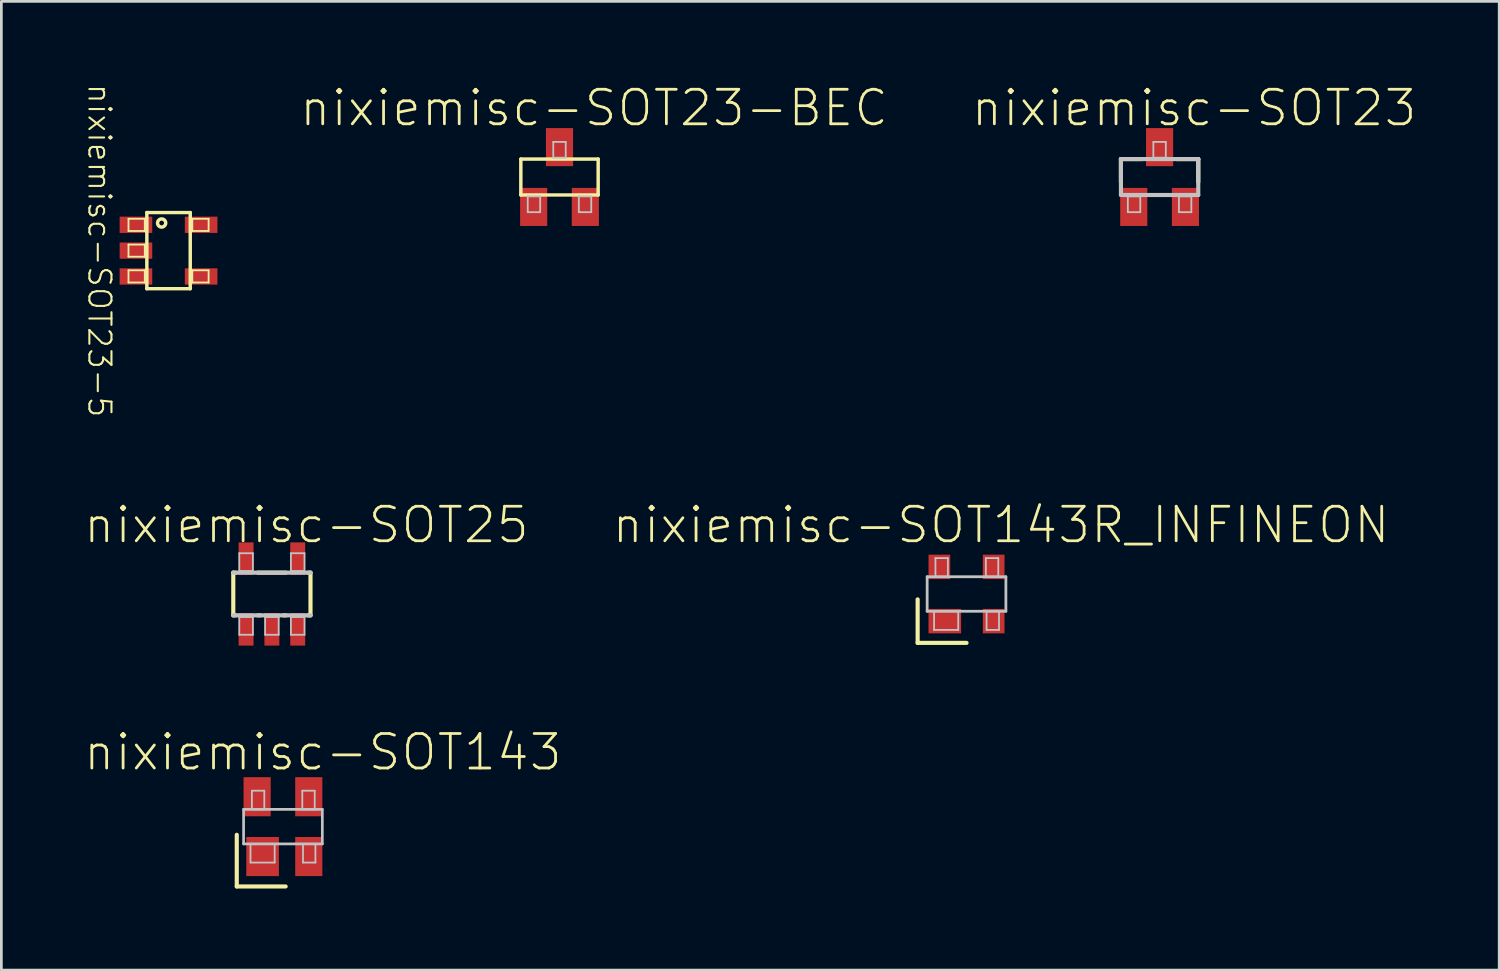
<source format=kicad_pcb>
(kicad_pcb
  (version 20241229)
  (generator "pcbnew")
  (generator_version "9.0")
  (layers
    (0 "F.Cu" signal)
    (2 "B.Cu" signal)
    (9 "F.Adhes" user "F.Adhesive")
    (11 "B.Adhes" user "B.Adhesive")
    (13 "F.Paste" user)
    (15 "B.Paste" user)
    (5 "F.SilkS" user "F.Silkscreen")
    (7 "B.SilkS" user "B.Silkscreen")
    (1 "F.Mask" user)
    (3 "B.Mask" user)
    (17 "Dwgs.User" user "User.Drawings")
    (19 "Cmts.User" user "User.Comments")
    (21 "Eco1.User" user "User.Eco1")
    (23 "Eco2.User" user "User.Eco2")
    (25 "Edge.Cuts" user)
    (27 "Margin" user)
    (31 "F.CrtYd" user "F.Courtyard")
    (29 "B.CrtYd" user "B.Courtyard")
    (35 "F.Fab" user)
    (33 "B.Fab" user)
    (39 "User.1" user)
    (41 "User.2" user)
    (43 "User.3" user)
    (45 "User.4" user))
  (footprint "nixiemisc-SOT23-5"
    (layer "F.Cu")
    (at 3.149 6.168)
    (property "Reference" "nixiemisc-SOT23-5" (at -2.54 0 270) (unlocked yes) (layer "F.SilkS") (effects (font (size 0.813 0.813) (thickness 0.076))))
    (attr smd)
    (fp_line (start -1.473 -1.173) (end -0.874 -1.173) (stroke (width 0.066) (type solid)) (layer "F.SilkS"))
    (fp_line (start -1.473 -0.724) (end -1.473 -1.173) (stroke (width 0.066) (type solid)) (layer "F.SilkS"))
    (fp_line (start -1.473 -0.724) (end -0.874 -0.724) (stroke (width 0.066) (type solid)) (layer "F.SilkS"))
    (fp_line (start -1.473 -0.224) (end -0.874 -0.224) (stroke (width 0.066) (type solid)) (layer "F.SilkS"))
    (fp_line (start -1.473 0.224) (end -1.473 -0.224) (stroke (width 0.066) (type solid)) (layer "F.SilkS"))
    (fp_line (start -1.473 0.224) (end -0.874 0.224) (stroke (width 0.066) (type solid)) (layer "F.SilkS"))
    (fp_line (start -1.473 0.724) (end -0.874 0.724) (stroke (width 0.066) (type solid)) (layer "F.SilkS"))
    (fp_line (start -1.473 1.173) (end -1.473 0.724) (stroke (width 0.066) (type solid)) (layer "F.SilkS"))
    (fp_line (start -1.473 1.173) (end -0.874 1.173) (stroke (width 0.066) (type solid)) (layer "F.SilkS"))
    (fp_line (start -0.874 -0.724) (end -0.874 -1.173) (stroke (width 0.066) (type solid)) (layer "F.SilkS"))
    (fp_line (start -0.874 0.224) (end -0.874 -0.224) (stroke (width 0.066) (type solid)) (layer "F.SilkS"))
    (fp_line (start -0.874 1.173) (end -0.874 0.724) (stroke (width 0.066) (type solid)) (layer "F.SilkS"))
    (fp_line (start -0.798 -1.4) (end 0.798 -1.4) (stroke (width 0.127) (type solid)) (layer "F.SilkS"))
    (fp_line (start -0.798 1.4) (end -0.798 -1.4) (stroke (width 0.127) (type solid)) (layer "F.SilkS"))
    (fp_line (start 0.798 -1.4) (end 0.798 1.4) (stroke (width 0.127) (type solid)) (layer "F.SilkS"))
    (fp_line (start 0.798 1.4) (end -0.798 1.4) (stroke (width 0.127) (type solid)) (layer "F.SilkS"))
    (fp_line (start 0.874 -1.173) (end 0.874 -0.724) (stroke (width 0.066) (type solid)) (layer "F.SilkS"))
    (fp_line (start 0.874 0.724) (end 0.874 1.173) (stroke (width 0.066) (type solid)) (layer "F.SilkS"))
    (fp_line (start 1.473 -1.173) (end 0.874 -1.173) (stroke (width 0.066) (type solid)) (layer "F.SilkS"))
    (fp_line (start 1.473 -1.173) (end 1.473 -0.724) (stroke (width 0.066) (type solid)) (layer "F.SilkS"))
    (fp_line (start 1.473 -0.724) (end 0.874 -0.724) (stroke (width 0.066) (type solid)) (layer "F.SilkS"))
    (fp_line (start 1.473 0.724) (end 0.874 0.724) (stroke (width 0.066) (type solid)) (layer "F.SilkS"))
    (fp_line (start 1.473 0.724) (end 1.473 1.173) (stroke (width 0.066) (type solid)) (layer "F.SilkS"))
    (fp_line (start 1.473 1.173) (end 0.874 1.173) (stroke (width 0.066) (type solid)) (layer "F.SilkS"))
    (fp_circle (center -0.254 -1.016) (end -0.254 -1.166) (stroke (width 0.127) (type solid)) (fill no) (layer "F.SilkS"))
    (pad "1" smd rect (at -1.199 -0.95) (size 1.199 0.599) (layers "F.Cu" "F.Mask" "F.Paste"))
    (pad "2" smd rect (at -1.199 0) (size 1.199 0.599) (layers "F.Cu" "F.Mask" "F.Paste"))
    (pad "3" smd rect (at -1.199 0.95) (size 1.199 0.599) (layers "F.Cu" "F.Mask" "F.Paste"))
    (pad "4" smd rect (at 1.199 0.95) (size 1.199 0.599) (layers "F.Cu" "F.Mask" "F.Paste"))
    (pad "5" smd rect (at 1.199 -0.95) (size 1.199 0.599) (layers "F.Cu" "F.Mask" "F.Paste")))
  (footprint "nixiemisc-SOT143"
    (layer "F.Cu")
    (at 7.357 27.353)
    (property "Reference" "nixiemisc-SOT143" (at 1.468 -2.738 0) (unlocked yes) (layer "F.SilkS") (effects (font (size 1.27 1.27) (thickness 0.102))))
    (attr smd)
    (fp_line (start -1.699 0.3) (end -1.699 2.2) (stroke (width 0.152) (type solid)) (layer "F.SilkS"))
    (fp_line (start -1.699 2.2) (end 0.099 2.2) (stroke (width 0.152) (type solid)) (layer "F.SilkS"))
    (fp_line (start -1.448 -0.635) (end 1.448 -0.635) (stroke (width 0.099) (type solid)) (layer "Dwgs.User"))
    (fp_line (start -1.448 0.635) (end -1.448 -0.635) (stroke (width 0.099) (type solid)) (layer "Dwgs.User"))
    (fp_line (start -1.448 0.635) (end 1.448 0.635) (stroke (width 0.099) (type solid)) (layer "Dwgs.User"))
    (fp_line (start -1.194 0.635) (end -0.305 0.635) (stroke (width 0.066) (type solid)) (layer "Dwgs.User"))
    (fp_line (start -1.194 1.321) (end -1.194 0.635) (stroke (width 0.066) (type solid)) (layer "Dwgs.User"))
    (fp_line (start -1.194 1.321) (end -0.305 1.321) (stroke (width 0.066) (type solid)) (layer "Dwgs.User"))
    (fp_line (start -1.143 -1.321) (end -0.686 -1.321) (stroke (width 0.066) (type solid)) (layer "Dwgs.User"))
    (fp_line (start -1.143 -0.635) (end -1.143 -1.321) (stroke (width 0.066) (type solid)) (layer "Dwgs.User"))
    (fp_line (start -1.143 -0.635) (end -0.686 -0.635) (stroke (width 0.066) (type solid)) (layer "Dwgs.User"))
    (fp_line (start -0.686 -0.635) (end -0.686 -1.321) (stroke (width 0.066) (type solid)) (layer "Dwgs.User"))
    (fp_line (start -0.305 1.321) (end -0.305 0.635) (stroke (width 0.066) (type solid)) (layer "Dwgs.User"))
    (fp_line (start 0.711 -1.321) (end 1.168 -1.321) (stroke (width 0.066) (type solid)) (layer "Dwgs.User"))
    (fp_line (start 0.711 -0.635) (end 0.711 -1.321) (stroke (width 0.066) (type solid)) (layer "Dwgs.User"))
    (fp_line (start 0.711 -0.635) (end 1.168 -0.635) (stroke (width 0.066) (type solid)) (layer "Dwgs.User"))
    (fp_line (start 0.737 0.635) (end 1.194 0.635) (stroke (width 0.066) (type solid)) (layer "Dwgs.User"))
    (fp_line (start 0.737 1.321) (end 0.737 0.635) (stroke (width 0.066) (type solid)) (layer "Dwgs.User"))
    (fp_line (start 0.737 1.321) (end 1.194 1.321) (stroke (width 0.066) (type solid)) (layer "Dwgs.User"))
    (fp_line (start 1.168 -0.635) (end 1.168 -1.321) (stroke (width 0.066) (type solid)) (layer "Dwgs.User"))
    (fp_line (start 1.194 1.321) (end 1.194 0.635) (stroke (width 0.066) (type solid)) (layer "Dwgs.User"))
    (fp_line (start 1.448 0.635) (end 1.448 -0.635) (stroke (width 0.099) (type solid)) (layer "Dwgs.User"))
    (pad "1" smd rect (at -0.749 1.1) (size 1.199 1.438) (layers "F.Cu" "F.Mask" "F.Paste"))
    (pad "2" smd rect (at 0.95 1.1) (size 0.998 1.438) (layers "F.Cu" "F.Mask" "F.Paste"))
    (pad "3" smd rect (at 0.95 -1.1) (size 0.998 1.438) (layers "F.Cu" "F.Mask" "F.Paste"))
    (pad "4" smd rect (at -0.95 -1.1) (size 0.998 1.438) (layers "F.Cu" "F.Mask" "F.Paste")))
  (footprint "nixiemisc-SOT23"
    (layer "F.Cu")
    (at 39.599 3.461)
    (property "Reference" "nixiemisc-SOT23" (at 1.27 -2.54 0) (unlocked yes) (layer "F.SilkS") (effects (font (size 1.27 1.27) (thickness 0.102))))
    (attr smd)
    (fp_line (start -1.422 -0.66) (end -0.655 -0.66) (stroke (width 0.152) (type solid)) (layer "F.SilkS"))
    (fp_line (start -1.422 0.183) (end -1.422 -0.66) (stroke (width 0.152) (type solid)) (layer "F.SilkS"))
    (fp_line (start 0.632 -0.66) (end 1.422 -0.66) (stroke (width 0.152) (type solid)) (layer "F.SilkS"))
    (fp_line (start 1.422 -0.66) (end 1.422 0.183) (stroke (width 0.152) (type solid)) (layer "F.SilkS"))
    (fp_line (start -1.422 -0.66) (end 1.422 -0.66) (stroke (width 0.152) (type solid)) (layer "Dwgs.User"))
    (fp_line (start -1.422 0.66) (end -1.422 -0.66) (stroke (width 0.152) (type solid)) (layer "Dwgs.User"))
    (fp_line (start -1.168 0.711) (end -0.711 0.711) (stroke (width 0.066) (type solid)) (layer "Dwgs.User"))
    (fp_line (start -1.168 1.293) (end -1.168 0.711) (stroke (width 0.066) (type solid)) (layer "Dwgs.User"))
    (fp_line (start -1.168 1.293) (end -0.711 1.293) (stroke (width 0.066) (type solid)) (layer "Dwgs.User"))
    (fp_line (start -0.711 1.293) (end -0.711 0.711) (stroke (width 0.066) (type solid)) (layer "Dwgs.User"))
    (fp_line (start -0.229 -1.293) (end 0.229 -1.293) (stroke (width 0.066) (type solid)) (layer "Dwgs.User"))
    (fp_line (start -0.229 -0.711) (end -0.229 -1.293) (stroke (width 0.066) (type solid)) (layer "Dwgs.User"))
    (fp_line (start -0.229 -0.711) (end 0.229 -0.711) (stroke (width 0.066) (type solid)) (layer "Dwgs.User"))
    (fp_line (start 0.229 -0.711) (end 0.229 -1.293) (stroke (width 0.066) (type solid)) (layer "Dwgs.User"))
    (fp_line (start 0.711 0.711) (end 1.168 0.711) (stroke (width 0.066) (type solid)) (layer "Dwgs.User"))
    (fp_line (start 0.711 1.293) (end 0.711 0.711) (stroke (width 0.066) (type solid)) (layer "Dwgs.User"))
    (fp_line (start 0.711 1.293) (end 1.168 1.293) (stroke (width 0.066) (type solid)) (layer "Dwgs.User"))
    (fp_line (start 1.168 1.293) (end 1.168 0.711) (stroke (width 0.066) (type solid)) (layer "Dwgs.User"))
    (fp_line (start 1.422 -0.66) (end 1.422 0.66) (stroke (width 0.152) (type solid)) (layer "Dwgs.User"))
    (fp_line (start 1.422 0.66) (end -1.422 0.66) (stroke (width 0.152) (type solid)) (layer "Dwgs.User"))
    (pad "1" smd rect (at -0.95 1.1) (size 0.998 1.4) (layers "F.Cu" "F.Mask" "F.Paste"))
    (pad "2" smd rect (at 0.95 1.1) (size 0.998 1.4) (layers "F.Cu" "F.Mask" "F.Paste"))
    (pad "3" smd rect (at 0 -1.1) (size 0.998 1.4) (layers "F.Cu" "F.Mask" "F.Paste")))
  (footprint "nixiemisc-SOT143R_INFINEON"
    (layer "F.Cu")
    (at 32.498 18.797)
    (property "Reference" "nixiemisc-SOT143R_INFINEON" (at 1.27 -2.54 0) (unlocked yes) (layer "F.SilkS") (effects (font (size 1.27 1.27) (thickness 0.102))))
    (attr smd)
    (fp_line (start -1.798 0.198) (end -1.798 1.798) (stroke (width 0.152) (type solid)) (layer "F.SilkS"))
    (fp_line (start -1.798 1.798) (end 0 1.798) (stroke (width 0.152) (type solid)) (layer "F.SilkS"))
    (fp_line (start -1.448 -0.635) (end 1.448 -0.635) (stroke (width 0.102) (type solid)) (layer "Dwgs.User"))
    (fp_line (start -1.448 0.635) (end -1.448 -0.635) (stroke (width 0.102) (type solid)) (layer "Dwgs.User"))
    (fp_line (start -1.194 0.635) (end -0.305 0.635) (stroke (width 0.066) (type solid)) (layer "Dwgs.User"))
    (fp_line (start -1.194 1.321) (end -1.194 0.635) (stroke (width 0.066) (type solid)) (layer "Dwgs.User"))
    (fp_line (start -1.194 1.321) (end -0.305 1.321) (stroke (width 0.066) (type solid)) (layer "Dwgs.User"))
    (fp_line (start -1.143 -1.321) (end -0.686 -1.321) (stroke (width 0.066) (type solid)) (layer "Dwgs.User"))
    (fp_line (start -1.143 -0.635) (end -1.143 -1.321) (stroke (width 0.066) (type solid)) (layer "Dwgs.User"))
    (fp_line (start -1.143 -0.635) (end -0.686 -0.635) (stroke (width 0.066) (type solid)) (layer "Dwgs.User"))
    (fp_line (start -0.686 -0.635) (end -0.686 -1.321) (stroke (width 0.066) (type solid)) (layer "Dwgs.User"))
    (fp_line (start -0.305 1.321) (end -0.305 0.635) (stroke (width 0.066) (type solid)) (layer "Dwgs.User"))
    (fp_line (start 0.711 -1.321) (end 1.168 -1.321) (stroke (width 0.066) (type solid)) (layer "Dwgs.User"))
    (fp_line (start 0.711 -0.635) (end 0.711 -1.321) (stroke (width 0.066) (type solid)) (layer "Dwgs.User"))
    (fp_line (start 0.711 -0.635) (end 1.168 -0.635) (stroke (width 0.066) (type solid)) (layer "Dwgs.User"))
    (fp_line (start 0.737 0.635) (end 1.194 0.635) (stroke (width 0.066) (type solid)) (layer "Dwgs.User"))
    (fp_line (start 0.737 1.321) (end 0.737 0.635) (stroke (width 0.066) (type solid)) (layer "Dwgs.User"))
    (fp_line (start 0.737 1.321) (end 1.194 1.321) (stroke (width 0.066) (type solid)) (layer "Dwgs.User"))
    (fp_line (start 1.168 -0.635) (end 1.168 -1.321) (stroke (width 0.066) (type solid)) (layer "Dwgs.User"))
    (fp_line (start 1.194 1.321) (end 1.194 0.635) (stroke (width 0.066) (type solid)) (layer "Dwgs.User"))
    (fp_line (start 1.448 0.635) (end -1.448 0.635) (stroke (width 0.102) (type solid)) (layer "Dwgs.User"))
    (fp_line (start 1.448 0.635) (end 1.448 -0.635) (stroke (width 0.102) (type solid)) (layer "Dwgs.User"))
    (pad "1" smd rect (at -0.798 0.998) (size 1.199 0.899) (layers "F.Cu" "F.Mask" "F.Paste"))
    (pad "2" smd rect (at 0.998 0.998) (size 0.798 0.899) (layers "F.Cu" "F.Mask" "F.Paste"))
    (pad "3" smd rect (at 0.998 -0.998) (size 0.798 0.899) (layers "F.Cu" "F.Mask" "F.Paste"))
    (pad "4" smd rect (at -0.998 -0.998) (size 0.798 0.899) (layers "F.Cu" "F.Mask" "F.Paste")))
  (footprint "nixiemisc-SOT23-BEC"
    (layer "F.Cu")
    (at 17.528 3.461)
    (property "Reference" "nixiemisc-SOT23-BEC" (at 1.27 -2.54 0) (unlocked yes) (layer "F.SilkS") (effects (font (size 1.27 1.27) (thickness 0.102))))
    (attr smd)
    (fp_line (start -1.422 -0.66) (end 1.422 -0.66) (stroke (width 0.127) (type solid)) (layer "F.SilkS"))
    (fp_line (start -1.422 0.66) (end -1.422 -0.66) (stroke (width 0.127) (type solid)) (layer "F.SilkS"))
    (fp_line (start 1.422 -0.66) (end 1.422 0.66) (stroke (width 0.127) (type solid)) (layer "F.SilkS"))
    (fp_line (start 1.422 0.66) (end -1.422 0.66) (stroke (width 0.127) (type solid)) (layer "F.SilkS"))
    (fp_line (start -1.168 0.711) (end -0.711 0.711) (stroke (width 0.066) (type solid)) (layer "Dwgs.User"))
    (fp_line (start -1.168 1.293) (end -1.168 0.711) (stroke (width 0.066) (type solid)) (layer "Dwgs.User"))
    (fp_line (start -1.168 1.293) (end -0.711 1.293) (stroke (width 0.066) (type solid)) (layer "Dwgs.User"))
    (fp_line (start -0.711 1.293) (end -0.711 0.711) (stroke (width 0.066) (type solid)) (layer "Dwgs.User"))
    (fp_line (start -0.229 -1.293) (end 0.229 -1.293) (stroke (width 0.066) (type solid)) (layer "Dwgs.User"))
    (fp_line (start -0.229 -0.711) (end -0.229 -1.293) (stroke (width 0.066) (type solid)) (layer "Dwgs.User"))
    (fp_line (start -0.229 -0.711) (end 0.229 -0.711) (stroke (width 0.066) (type solid)) (layer "Dwgs.User"))
    (fp_line (start 0.229 -0.711) (end 0.229 -1.293) (stroke (width 0.066) (type solid)) (layer "Dwgs.User"))
    (fp_line (start 0.711 0.711) (end 1.168 0.711) (stroke (width 0.066) (type solid)) (layer "Dwgs.User"))
    (fp_line (start 0.711 1.293) (end 0.711 0.711) (stroke (width 0.066) (type solid)) (layer "Dwgs.User"))
    (fp_line (start 0.711 1.293) (end 1.168 1.293) (stroke (width 0.066) (type solid)) (layer "Dwgs.User"))
    (fp_line (start 1.168 1.293) (end 1.168 0.711) (stroke (width 0.066) (type solid)) (layer "Dwgs.User"))
    (pad "B" smd rect (at -0.95 1.1) (size 0.998 1.4) (layers "F.Cu" "F.Mask" "F.Paste"))
    (pad "C" smd rect (at 0 -1.1) (size 0.998 1.4) (layers "F.Cu" "F.Mask" "F.Paste"))
    (pad "E" smd rect (at 0.95 1.1) (size 0.998 1.4) (layers "F.Cu" "F.Mask" "F.Paste")))
  (footprint "nixiemisc-SOT25"
    (layer "F.Cu")
    (at 6.95 18.797)
    (property "Reference" "nixiemisc-SOT25" (at 1.27 -2.54 0) (unlocked yes) (layer "F.SilkS") (effects (font (size 1.27 1.27) (thickness 0.102))))
    (attr smd)
    (fp_line (start -1.42 -0.785) (end -1.326 -0.785) (stroke (width 0.152) (type solid)) (layer "F.SilkS"))
    (fp_line (start -1.42 0.785) (end -1.42 -0.785) (stroke (width 0.152) (type solid)) (layer "F.SilkS"))
    (fp_line (start -1.326 0.785) (end -1.42 0.785) (stroke (width 0.152) (type solid)) (layer "F.SilkS"))
    (fp_line (start -0.521 -0.785) (end 0.521 -0.785) (stroke (width 0.152) (type solid)) (layer "F.SilkS"))
    (fp_line (start -0.427 0.785) (end -0.521 0.785) (stroke (width 0.152) (type solid)) (layer "F.SilkS"))
    (fp_line (start 0.521 0.785) (end 0.427 0.785) (stroke (width 0.152) (type solid)) (layer "F.SilkS"))
    (fp_line (start 1.326 -0.785) (end 1.42 -0.785) (stroke (width 0.152) (type solid)) (layer "F.SilkS"))
    (fp_line (start 1.42 -0.785) (end 1.42 0.785) (stroke (width 0.152) (type solid)) (layer "F.SilkS"))
    (fp_line (start 1.42 0.785) (end 1.326 0.785) (stroke (width 0.152) (type solid)) (layer "F.SilkS"))
    (fp_line (start -1.42 -0.785) (end 1.42 -0.785) (stroke (width 0.152) (type solid)) (layer "Dwgs.User"))
    (fp_line (start -1.199 -1.499) (end -0.699 -1.499) (stroke (width 0.066) (type solid)) (layer "Dwgs.User"))
    (fp_line (start -1.199 -0.848) (end -1.199 -1.499) (stroke (width 0.066) (type solid)) (layer "Dwgs.User"))
    (fp_line (start -1.199 -0.848) (end -0.699 -0.848) (stroke (width 0.066) (type solid)) (layer "Dwgs.User"))
    (fp_line (start -1.199 0.848) (end -0.699 0.848) (stroke (width 0.066) (type solid)) (layer "Dwgs.User"))
    (fp_line (start -1.199 1.499) (end -1.199 0.848) (stroke (width 0.066) (type solid)) (layer "Dwgs.User"))
    (fp_line (start -1.199 1.499) (end -0.699 1.499) (stroke (width 0.066) (type solid)) (layer "Dwgs.User"))
    (fp_line (start -0.699 -0.848) (end -0.699 -1.499) (stroke (width 0.066) (type solid)) (layer "Dwgs.User"))
    (fp_line (start -0.699 1.499) (end -0.699 0.848) (stroke (width 0.066) (type solid)) (layer "Dwgs.User"))
    (fp_line (start -0.249 0.848) (end 0.249 0.848) (stroke (width 0.066) (type solid)) (layer "Dwgs.User"))
    (fp_line (start -0.249 1.499) (end -0.249 0.848) (stroke (width 0.066) (type solid)) (layer "Dwgs.User"))
    (fp_line (start -0.249 1.499) (end 0.249 1.499) (stroke (width 0.066) (type solid)) (layer "Dwgs.User"))
    (fp_line (start 0.249 1.499) (end 0.249 0.848) (stroke (width 0.066) (type solid)) (layer "Dwgs.User"))
    (fp_line (start 0.699 -1.499) (end 1.199 -1.499) (stroke (width 0.066) (type solid)) (layer "Dwgs.User"))
    (fp_line (start 0.699 -0.848) (end 0.699 -1.499) (stroke (width 0.066) (type solid)) (layer "Dwgs.User"))
    (fp_line (start 0.699 -0.848) (end 1.199 -0.848) (stroke (width 0.066) (type solid)) (layer "Dwgs.User"))
    (fp_line (start 0.699 0.848) (end 1.199 0.848) (stroke (width 0.066) (type solid)) (layer "Dwgs.User"))
    (fp_line (start 0.699 1.499) (end 0.699 0.848) (stroke (width 0.066) (type solid)) (layer "Dwgs.User"))
    (fp_line (start 0.699 1.499) (end 1.199 1.499) (stroke (width 0.066) (type solid)) (layer "Dwgs.User"))
    (fp_line (start 1.199 -0.848) (end 1.199 -1.499) (stroke (width 0.066) (type solid)) (layer "Dwgs.User"))
    (fp_line (start 1.199 1.499) (end 1.199 0.848) (stroke (width 0.066) (type solid)) (layer "Dwgs.User"))
    (fp_line (start 1.42 0.785) (end -1.42 0.785) (stroke (width 0.152) (type solid)) (layer "Dwgs.User"))
    (pad "1" smd rect (at -0.95 1.298) (size 0.549 1.199) (layers "F.Cu" "F.Mask" "F.Paste"))
    (pad "2" smd rect (at 0 1.298) (size 0.549 1.199) (layers "F.Cu" "F.Mask" "F.Paste"))
    (pad "3" smd rect (at 0.95 1.298) (size 0.549 1.199) (layers "F.Cu" "F.Mask" "F.Paste"))
    (pad "4" smd rect (at 0.95 -1.298) (size 0.549 1.199) (layers "F.Cu" "F.Mask" "F.Paste"))
    (pad "5" smd rect (at -0.95 -1.298) (size 0.549 1.199) (layers "F.Cu" "F.Mask" "F.Paste")))
  (gr_rect
    (start -3 -3)
    (end 52.089 32.629)
    (stroke (width 0.1) (type default))
    (fill no)
    (layer "Edge.Cuts")))
</source>
